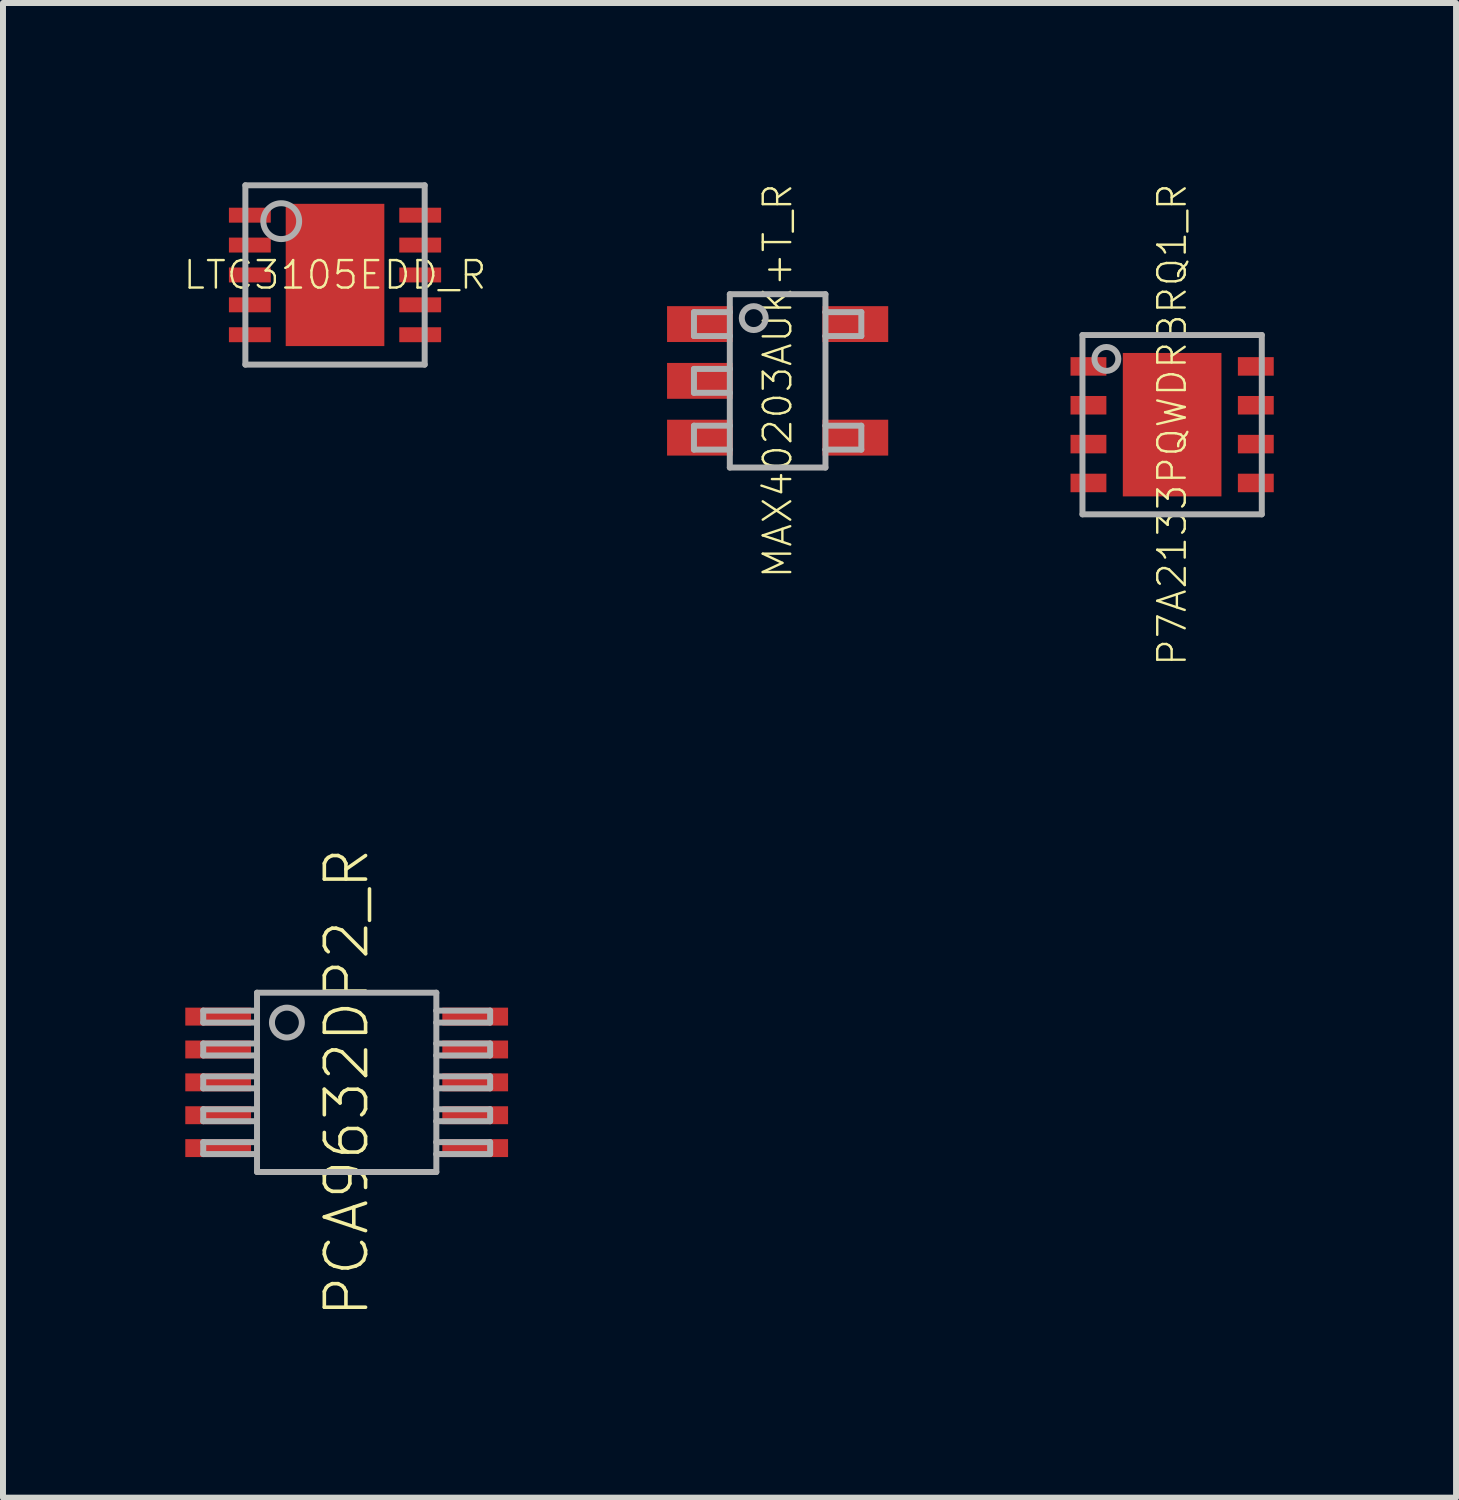
<source format=kicad_pcb>
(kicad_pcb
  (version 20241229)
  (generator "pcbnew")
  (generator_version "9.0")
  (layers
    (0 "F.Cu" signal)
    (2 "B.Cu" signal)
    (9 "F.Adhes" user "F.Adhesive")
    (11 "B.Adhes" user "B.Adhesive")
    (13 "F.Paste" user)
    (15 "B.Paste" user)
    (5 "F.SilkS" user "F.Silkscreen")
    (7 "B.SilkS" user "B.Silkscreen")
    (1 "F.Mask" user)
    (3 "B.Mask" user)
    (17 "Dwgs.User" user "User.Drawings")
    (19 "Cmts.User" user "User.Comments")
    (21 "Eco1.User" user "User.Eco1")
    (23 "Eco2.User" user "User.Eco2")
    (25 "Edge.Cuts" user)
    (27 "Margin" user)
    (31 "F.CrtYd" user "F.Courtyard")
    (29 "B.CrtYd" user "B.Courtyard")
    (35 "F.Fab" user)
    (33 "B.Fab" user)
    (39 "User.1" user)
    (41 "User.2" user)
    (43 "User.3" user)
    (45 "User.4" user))
  (footprint "P7A2133PQWDRBRQ1_R"
    (layer "F.Cu")
    (at 16.56 4.055)
    (property "Reference" "P7A2133PQWDRBRQ1_R" (at 0 0 90) (unlocked yes) (layer "F.SilkS") (effects (font (size 0.46 0.46) (thickness 0.04))))
    (fp_poly (pts (xy -1.75 -0.77) (xy -1.05 -0.77) (xy -1.05 -1.18) (xy -1.75 -1.18)) (stroke (width 0) (type default)) (fill yes) (layer "F.Mask"))
    (fp_poly (pts (xy -1.75 -0.12) (xy -1.05 -0.12) (xy -1.05 -0.53) (xy -1.75 -0.53)) (stroke (width 0) (type default)) (fill yes) (layer "F.Mask"))
    (fp_poly (pts (xy -1.75 0.53) (xy -1.05 0.53) (xy -1.05 0.12) (xy -1.75 0.12)) (stroke (width 0) (type default)) (fill yes) (layer "F.Mask"))
    (fp_poly (pts (xy -1.75 1.18) (xy -1.05 1.18) (xy -1.05 0.77) (xy -1.75 0.77)) (stroke (width 0) (type default)) (fill yes) (layer "F.Mask"))
    (fp_poly (pts (xy -0.875 1.25) (xy 0.875 1.25) (xy 0.875 -1.25) (xy -0.875 -1.25)) (stroke (width 0) (type default)) (fill yes) (layer "F.Mask"))
    (fp_poly (pts (xy 1.05 -0.77) (xy 1.75 -0.77) (xy 1.75 -1.18) (xy 1.05 -1.18)) (stroke (width 0) (type default)) (fill yes) (layer "F.Mask"))
    (fp_poly (pts (xy 1.05 -0.12) (xy 1.75 -0.12) (xy 1.75 -0.53) (xy 1.05 -0.53)) (stroke (width 0) (type default)) (fill yes) (layer "F.Mask"))
    (fp_poly (pts (xy 1.05 0.53) (xy 1.75 0.53) (xy 1.75 0.12) (xy 1.05 0.12)) (stroke (width 0) (type default)) (fill yes) (layer "F.Mask"))
    (fp_poly (pts (xy 1.05 1.18) (xy 1.75 1.18) (xy 1.75 0.77) (xy 1.05 0.77)) (stroke (width 0) (type default)) (fill yes) (layer "F.Mask"))
    (fp_poly (pts (xy -1.1 -0.82) (xy -1.7 -0.82) (xy -1.7 -1.13) (xy -1.1 -1.13)) (stroke (width 0) (type default)) (fill yes) (layer "F.Paste"))
    (fp_poly (pts (xy -1.1 -0.17) (xy -1.7 -0.17) (xy -1.7 -0.48) (xy -1.1 -0.48)) (stroke (width 0) (type default)) (fill yes) (layer "F.Paste"))
    (fp_poly (pts (xy -1.1 0.48) (xy -1.7 0.48) (xy -1.7 0.17) (xy -1.1 0.17)) (stroke (width 0) (type default)) (fill yes) (layer "F.Paste"))
    (fp_poly (pts (xy -1.1 1.13) (xy -1.7 1.13) (xy -1.7 0.82) (xy -1.1 0.82)) (stroke (width 0) (type default)) (fill yes) (layer "F.Paste"))
    (fp_poly (pts (xy 0.805 -0.02) (xy -0.805 -0.02) (xy -0.805 -1.18) (xy 0.805 -1.18)) (stroke (width 0) (type default)) (fill yes) (layer "F.Paste"))
    (fp_poly (pts (xy 0.805 1.18) (xy -0.805 1.18) (xy -0.805 0.02) (xy 0.805 0.02)) (stroke (width 0) (type default)) (fill yes) (layer "F.Paste"))
    (fp_poly (pts (xy 1.7 -0.82) (xy 1.1 -0.82) (xy 1.1 -1.13) (xy 1.7 -1.13)) (stroke (width 0) (type default)) (fill yes) (layer "F.Paste"))
    (fp_poly (pts (xy 1.7 -0.17) (xy 1.1 -0.17) (xy 1.1 -0.48) (xy 1.7 -0.48)) (stroke (width 0) (type default)) (fill yes) (layer "F.Paste"))
    (fp_poly (pts (xy 1.7 0.48) (xy 1.1 0.48) (xy 1.1 0.17) (xy 1.7 0.17)) (stroke (width 0) (type default)) (fill yes) (layer "F.Paste"))
    (fp_poly (pts (xy 1.7 1.13) (xy 1.1 1.13) (xy 1.1 0.82) (xy 1.7 0.82)) (stroke (width 0) (type default)) (fill yes) (layer "F.Paste"))
    (fp_line (start -1.5 -1.5) (end -1.5 1.5) (stroke (width 0.1) (type solid)) (layer "F.Fab"))
    (fp_line (start -1.5 1.5) (end 1.5 1.5) (stroke (width 0.1) (type solid)) (layer "F.Fab"))
    (fp_line (start 1.5 -1.5) (end -1.5 -1.5) (stroke (width 0.1) (type solid)) (layer "F.Fab"))
    (fp_line (start 1.5 1.5) (end 1.5 -1.5) (stroke (width 0.1) (type solid)) (layer "F.Fab"))
    (fp_circle (center -1.1 -1.1) (end -0.9 -1.1) (stroke (width 0.1) (type solid)) (fill no) (layer "F.Fab"))
    (pad "0" smd rect (at 0 0) (size 1.65 2.4) (layers "F.Cu"))
    (pad "1" smd rect (at -1.4 -0.975) (size 0.6 0.31) (layers "F.Cu"))
    (pad "2" smd rect (at -1.4 -0.325) (size 0.6 0.31) (layers "F.Cu"))
    (pad "3" smd rect (at -1.4 0.325) (size 0.6 0.31) (layers "F.Cu"))
    (pad "4" smd rect (at -1.4 0.975) (size 0.6 0.31) (layers "F.Cu"))
    (pad "5" smd rect (at 1.4 0.975) (size 0.6 0.31) (layers "F.Cu"))
    (pad "6" smd rect (at 1.4 0.325) (size 0.6 0.31) (layers "F.Cu"))
    (pad "7" smd rect (at 1.4 -0.325) (size 0.6 0.31) (layers "F.Cu"))
    (pad "8" smd rect (at 1.4 -0.975) (size 0.6 0.31) (layers "F.Cu")))
  (footprint "PCA9632DP2_R"
    (layer "F.Cu")
    (at 2.75 15.058)
    (property "Reference" "PCA9632DP2_R" (at 0 0 90) (unlocked yes) (layer "F.SilkS") (effects (font (size 0.69 0.69) (thickness 0.06))))
    (fp_poly (pts (xy -1.55 -0.9) (xy -1.55 -1.3) (xy -2.75 -1.3) (xy -2.75 -0.9)) (stroke (width 0) (type default)) (fill yes) (layer "F.Mask"))
    (fp_poly (pts (xy -1.55 -0.35) (xy -1.55 -0.75) (xy -2.75 -0.75) (xy -2.75 -0.35)) (stroke (width 0) (type default)) (fill yes) (layer "F.Mask"))
    (fp_poly (pts (xy -1.55 0.2) (xy -1.55 -0.2) (xy -2.75 -0.2) (xy -2.75 0.2)) (stroke (width 0) (type default)) (fill yes) (layer "F.Mask"))
    (fp_poly (pts (xy -1.55 0.75) (xy -1.55 0.35) (xy -2.75 0.35) (xy -2.75 0.75)) (stroke (width 0) (type default)) (fill yes) (layer "F.Mask"))
    (fp_poly (pts (xy -1.55 1.3) (xy -1.55 0.9) (xy -2.75 0.9) (xy -2.75 1.3)) (stroke (width 0) (type default)) (fill yes) (layer "F.Mask"))
    (fp_poly (pts (xy 2.75 -0.9) (xy 2.75 -1.3) (xy 1.55 -1.3) (xy 1.55 -0.9)) (stroke (width 0) (type default)) (fill yes) (layer "F.Mask"))
    (fp_poly (pts (xy 2.75 -0.35) (xy 2.75 -0.75) (xy 1.55 -0.75) (xy 1.55 -0.35)) (stroke (width 0) (type default)) (fill yes) (layer "F.Mask"))
    (fp_poly (pts (xy 2.75 0.2) (xy 2.75 -0.2) (xy 1.55 -0.2) (xy 1.55 0.2)) (stroke (width 0) (type default)) (fill yes) (layer "F.Mask"))
    (fp_poly (pts (xy 2.75 0.75) (xy 2.75 0.35) (xy 1.55 0.35) (xy 1.55 0.75)) (stroke (width 0) (type default)) (fill yes) (layer "F.Mask"))
    (fp_poly (pts (xy 2.75 1.3) (xy 2.75 0.9) (xy 1.55 0.9) (xy 1.55 1.3)) (stroke (width 0) (type default)) (fill yes) (layer "F.Mask"))
    (fp_line (start -2.4 -1.2) (end -2.4 -1) (stroke (width 0.1) (type solid)) (layer "F.Fab"))
    (fp_line (start -2.4 -1) (end -1.5 -1) (stroke (width 0.1) (type solid)) (layer "F.Fab"))
    (fp_line (start -2.4 -0.65) (end -2.4 -0.45) (stroke (width 0.1) (type solid)) (layer "F.Fab"))
    (fp_line (start -2.4 -0.45) (end -1.5 -0.45) (stroke (width 0.1) (type solid)) (layer "F.Fab"))
    (fp_line (start -2.4 -0.1) (end -2.4 0.1) (stroke (width 0.1) (type solid)) (layer "F.Fab"))
    (fp_line (start -2.4 0.1) (end -1.5 0.1) (stroke (width 0.1) (type solid)) (layer "F.Fab"))
    (fp_line (start -2.4 0.45) (end -2.4 0.65) (stroke (width 0.1) (type solid)) (layer "F.Fab"))
    (fp_line (start -2.4 0.65) (end -1.5 0.65) (stroke (width 0.1) (type solid)) (layer "F.Fab"))
    (fp_line (start -2.4 1) (end -2.4 1.2) (stroke (width 0.1) (type solid)) (layer "F.Fab"))
    (fp_line (start -2.4 1.2) (end -1.5 1.2) (stroke (width 0.1) (type solid)) (layer "F.Fab"))
    (fp_line (start -1.5 -1.5) (end -1.5 -1.2) (stroke (width 0.1) (type solid)) (layer "F.Fab"))
    (fp_line (start -1.5 -1.2) (end -2.4 -1.2) (stroke (width 0.1) (type solid)) (layer "F.Fab"))
    (fp_line (start -1.5 -1.2) (end -1.5 -1) (stroke (width 0.1) (type solid)) (layer "F.Fab"))
    (fp_line (start -1.5 -1) (end -1.5 -0.65) (stroke (width 0.1) (type solid)) (layer "F.Fab"))
    (fp_line (start -1.5 -0.65) (end -2.4 -0.65) (stroke (width 0.1) (type solid)) (layer "F.Fab"))
    (fp_line (start -1.5 -0.65) (end -1.5 -0.45) (stroke (width 0.1) (type solid)) (layer "F.Fab"))
    (fp_line (start -1.5 -0.45) (end -1.5 -0.1) (stroke (width 0.1) (type solid)) (layer "F.Fab"))
    (fp_line (start -1.5 -0.1) (end -2.4 -0.1) (stroke (width 0.1) (type solid)) (layer "F.Fab"))
    (fp_line (start -1.5 -0.1) (end -1.5 0.1) (stroke (width 0.1) (type solid)) (layer "F.Fab"))
    (fp_line (start -1.5 0.1) (end -1.5 0.45) (stroke (width 0.1) (type solid)) (layer "F.Fab"))
    (fp_line (start -1.5 0.45) (end -2.4 0.45) (stroke (width 0.1) (type solid)) (layer "F.Fab"))
    (fp_line (start -1.5 0.45) (end -1.5 0.65) (stroke (width 0.1) (type solid)) (layer "F.Fab"))
    (fp_line (start -1.5 0.65) (end -1.5 1) (stroke (width 0.1) (type solid)) (layer "F.Fab"))
    (fp_line (start -1.5 1) (end -2.4 1) (stroke (width 0.1) (type solid)) (layer "F.Fab"))
    (fp_line (start -1.5 1) (end -1.5 1.2) (stroke (width 0.1) (type solid)) (layer "F.Fab"))
    (fp_line (start -1.5 1.2) (end -1.5 1.5) (stroke (width 0.1) (type solid)) (layer "F.Fab"))
    (fp_line (start -1.5 1.5) (end 1.5 1.5) (stroke (width 0.1) (type solid)) (layer "F.Fab"))
    (fp_line (start 1.5 -1.5) (end -1.5 -1.5) (stroke (width 0.1) (type solid)) (layer "F.Fab"))
    (fp_line (start 1.5 -1.2) (end 1.5 -1.5) (stroke (width 0.1) (type solid)) (layer "F.Fab"))
    (fp_line (start 1.5 -1) (end 1.5 -1.2) (stroke (width 0.1) (type solid)) (layer "F.Fab"))
    (fp_line (start 1.5 -1) (end 2.4 -1) (stroke (width 0.1) (type solid)) (layer "F.Fab"))
    (fp_line (start 1.5 -0.65) (end 1.5 -1) (stroke (width 0.1) (type solid)) (layer "F.Fab"))
    (fp_line (start 1.5 -0.45) (end 1.5 -0.65) (stroke (width 0.1) (type solid)) (layer "F.Fab"))
    (fp_line (start 1.5 -0.45) (end 2.4 -0.45) (stroke (width 0.1) (type solid)) (layer "F.Fab"))
    (fp_line (start 1.5 -0.1) (end 1.5 -0.45) (stroke (width 0.1) (type solid)) (layer "F.Fab"))
    (fp_line (start 1.5 0.1) (end 1.5 -0.1) (stroke (width 0.1) (type solid)) (layer "F.Fab"))
    (fp_line (start 1.5 0.1) (end 2.4 0.1) (stroke (width 0.1) (type solid)) (layer "F.Fab"))
    (fp_line (start 1.5 0.45) (end 1.5 0.1) (stroke (width 0.1) (type solid)) (layer "F.Fab"))
    (fp_line (start 1.5 0.65) (end 1.5 0.45) (stroke (width 0.1) (type solid)) (layer "F.Fab"))
    (fp_line (start 1.5 0.65) (end 2.4 0.65) (stroke (width 0.1) (type solid)) (layer "F.Fab"))
    (fp_line (start 1.5 1) (end 1.5 0.65) (stroke (width 0.1) (type solid)) (layer "F.Fab"))
    (fp_line (start 1.5 1.2) (end 1.5 1) (stroke (width 0.1) (type solid)) (layer "F.Fab"))
    (fp_line (start 1.5 1.2) (end 2.4 1.2) (stroke (width 0.1) (type solid)) (layer "F.Fab"))
    (fp_line (start 1.5 1.5) (end 1.5 1.2) (stroke (width 0.1) (type solid)) (layer "F.Fab"))
    (fp_line (start 2.4 -1.2) (end 1.5 -1.2) (stroke (width 0.1) (type solid)) (layer "F.Fab"))
    (fp_line (start 2.4 -1) (end 2.4 -1.2) (stroke (width 0.1) (type solid)) (layer "F.Fab"))
    (fp_line (start 2.4 -0.65) (end 1.5 -0.65) (stroke (width 0.1) (type solid)) (layer "F.Fab"))
    (fp_line (start 2.4 -0.45) (end 2.4 -0.65) (stroke (width 0.1) (type solid)) (layer "F.Fab"))
    (fp_line (start 2.4 -0.1) (end 1.5 -0.1) (stroke (width 0.1) (type solid)) (layer "F.Fab"))
    (fp_line (start 2.4 0.1) (end 2.4 -0.1) (stroke (width 0.1) (type solid)) (layer "F.Fab"))
    (fp_line (start 2.4 0.45) (end 1.5 0.45) (stroke (width 0.1) (type solid)) (layer "F.Fab"))
    (fp_line (start 2.4 0.65) (end 2.4 0.45) (stroke (width 0.1) (type solid)) (layer "F.Fab"))
    (fp_line (start 2.4 1) (end 1.5 1) (stroke (width 0.1) (type solid)) (layer "F.Fab"))
    (fp_line (start 2.4 1.2) (end 2.4 1) (stroke (width 0.1) (type solid)) (layer "F.Fab"))
    (fp_circle (center -1 -1) (end -0.75 -1) (stroke (width 0.1) (type solid)) (fill no) (layer "F.Fab"))
    (pad "1" smd rect (at -2.15 -1.1 180) (size 1.1 0.3) (layers "F.Cu" "F.Paste"))
    (pad "2" smd rect (at -2.15 -0.55 180) (size 1.1 0.3) (layers "F.Cu" "F.Paste"))
    (pad "3" smd rect (at -2.15 0 180) (size 1.1 0.3) (layers "F.Cu" "F.Paste"))
    (pad "4" smd rect (at -2.15 0.55 180) (size 1.1 0.3) (layers "F.Cu" "F.Paste"))
    (pad "5" smd rect (at -2.15 1.1 180) (size 1.1 0.3) (layers "F.Cu" "F.Paste"))
    (pad "6" smd rect (at 2.15 1.1 180) (size 1.1 0.3) (layers "F.Cu" "F.Paste"))
    (pad "7" smd rect (at 2.15 0.55 180) (size 1.1 0.3) (layers "F.Cu" "F.Paste"))
    (pad "8" smd rect (at 2.15 0 180) (size 1.1 0.3) (layers "F.Cu" "F.Paste"))
    (pad "9" smd rect (at 2.15 -0.55 180) (size 1.1 0.3) (layers "F.Cu" "F.Paste"))
    (pad "10" smd rect (at 2.15 -1.1 180) (size 1.1 0.3) (layers "F.Cu" "F.Paste")))
  (footprint "LTC3105EDD_R"
    (layer "F.Cu")
    (at 2.555 1.55)
    (property "Reference" "LTC3105EDD_R" (at 0 0 0) (unlocked yes) (layer "F.SilkS") (effects (font (size 0.46 0.46) (thickness 0.04))))
    (fp_poly (pts (xy -1.825 -1.175) (xy -1.825 -0.825) (xy -1.025 -0.825) (xy -1.025 -1.175)) (stroke (width 0) (type default)) (fill yes) (layer "F.Mask"))
    (fp_poly (pts (xy -1.825 -0.675) (xy -1.825 -0.325) (xy -1.025 -0.325) (xy -1.025 -0.675)) (stroke (width 0) (type default)) (fill yes) (layer "F.Mask"))
    (fp_poly (pts (xy -1.825 -0.175) (xy -1.825 0.175) (xy -1.025 0.175) (xy -1.025 -0.175)) (stroke (width 0) (type default)) (fill yes) (layer "F.Mask"))
    (fp_poly (pts (xy -1.825 0.325) (xy -1.825 0.675) (xy -1.025 0.675) (xy -1.025 0.325)) (stroke (width 0) (type default)) (fill yes) (layer "F.Mask"))
    (fp_poly (pts (xy -1.825 0.825) (xy -1.825 1.175) (xy -1.025 1.175) (xy -1.025 0.825)) (stroke (width 0) (type default)) (fill yes) (layer "F.Mask"))
    (fp_poly (pts (xy -0.88 -1.24) (xy -0.88 1.24) (xy 0.88 1.24) (xy 0.88 -1.24)) (stroke (width 0) (type default)) (fill yes) (layer "F.Mask"))
    (fp_poly (pts (xy 1.025 -1.175) (xy 1.025 -0.825) (xy 1.825 -0.825) (xy 1.825 -1.175)) (stroke (width 0) (type default)) (fill yes) (layer "F.Mask"))
    (fp_poly (pts (xy 1.025 -0.675) (xy 1.025 -0.325) (xy 1.825 -0.325) (xy 1.825 -0.675)) (stroke (width 0) (type default)) (fill yes) (layer "F.Mask"))
    (fp_poly (pts (xy 1.025 -0.175) (xy 1.025 0.175) (xy 1.825 0.175) (xy 1.825 -0.175)) (stroke (width 0) (type default)) (fill yes) (layer "F.Mask"))
    (fp_poly (pts (xy 1.025 0.325) (xy 1.025 0.675) (xy 1.825 0.675) (xy 1.825 0.325)) (stroke (width 0) (type default)) (fill yes) (layer "F.Mask"))
    (fp_poly (pts (xy 1.025 0.825) (xy 1.025 1.175) (xy 1.825 1.175) (xy 1.825 0.825)) (stroke (width 0) (type default)) (fill yes) (layer "F.Mask"))
    (fp_line (start -1.5 -1.5) (end -1.5 1.5) (stroke (width 0.1) (type solid)) (layer "F.Fab"))
    (fp_line (start -1.5 1.5) (end 1.5 1.5) (stroke (width 0.1) (type solid)) (layer "F.Fab"))
    (fp_line (start 1.5 -1.5) (end -1.5 -1.5) (stroke (width 0.1) (type solid)) (layer "F.Fab"))
    (fp_line (start 1.5 1.5) (end 1.5 -1.5) (stroke (width 0.1) (type solid)) (layer "F.Fab"))
    (fp_circle (center -0.9 -0.9) (end -0.6 -0.9) (stroke (width 0.1) (type solid)) (fill no) (layer "F.Fab"))
    (pad "1" smd rect (at -1.425 -1) (size 0.7 0.25) (layers "F.Cu" "F.Paste"))
    (pad "2" smd rect (at -1.425 -0.5) (size 0.7 0.25) (layers "F.Cu" "F.Paste"))
    (pad "3" smd rect (at -1.425 0) (size 0.7 0.25) (layers "F.Cu" "F.Paste"))
    (pad "4" smd rect (at -1.425 0.5) (size 0.7 0.25) (layers "F.Cu" "F.Paste"))
    (pad "5" smd rect (at -1.425 1) (size 0.7 0.25) (layers "F.Cu" "F.Paste"))
    (pad "6" smd rect (at 1.425 1) (size 0.7 0.25) (layers "F.Cu" "F.Paste"))
    (pad "7" smd rect (at 1.425 0.5) (size 0.7 0.25) (layers "F.Cu" "F.Paste"))
    (pad "8" smd rect (at 1.425 0) (size 0.7 0.25) (layers "F.Cu" "F.Paste"))
    (pad "9" smd rect (at 1.425 -0.5) (size 0.7 0.25) (layers "F.Cu" "F.Paste"))
    (pad "10" smd rect (at 1.425 -1) (size 0.7 0.25) (layers "F.Cu" "F.Paste"))
    (pad "11" smd rect (at 0 0) (size 1.65 2.38) (layers "F.Cu" "F.Paste")))
  (footprint "MAX40203AUK+T_R"
    (layer "F.Cu")
    (at 9.96 3.322)
    (property "Reference" "MAX40203AUK+T_R" (at 0 0 90) (unlocked yes) (layer "F.SilkS") (effects (font (size 0.46 0.46) (thickness 0.04))))
    (fp_line (start -1.4 -1.15) (end -1.4 -0.75) (stroke (width 0.1) (type solid)) (layer "F.Fab"))
    (fp_line (start -1.4 -0.75) (end -0.8 -0.75) (stroke (width 0.1) (type solid)) (layer "F.Fab"))
    (fp_line (start -1.4 -0.2) (end -1.4 0.2) (stroke (width 0.1) (type solid)) (layer "F.Fab"))
    (fp_line (start -1.4 0.75) (end -1.4 1.15) (stroke (width 0.1) (type solid)) (layer "F.Fab"))
    (fp_line (start -0.8 -1.45) (end 0.8 -1.45) (stroke (width 0.1) (type solid)) (layer "F.Fab"))
    (fp_line (start -0.8 -1.15) (end -1.4 -1.15) (stroke (width 0.1) (type solid)) (layer "F.Fab"))
    (fp_line (start -0.8 -1.15) (end -0.8 -1.45) (stroke (width 0.1) (type solid)) (layer "F.Fab"))
    (fp_line (start -0.8 -0.75) (end -0.8 -1.15) (stroke (width 0.1) (type solid)) (layer "F.Fab"))
    (fp_line (start -0.8 -0.2) (end -1.4 -0.2) (stroke (width 0.1) (type solid)) (layer "F.Fab"))
    (fp_line (start -0.8 -0.2) (end -0.8 -0.75) (stroke (width 0.1) (type solid)) (layer "F.Fab"))
    (fp_line (start -0.8 0.2) (end -1.4 0.2) (stroke (width 0.1) (type solid)) (layer "F.Fab"))
    (fp_line (start -0.8 0.2) (end -0.8 -0.2) (stroke (width 0.1) (type solid)) (layer "F.Fab"))
    (fp_line (start -0.8 0.75) (end -1.4 0.75) (stroke (width 0.1) (type solid)) (layer "F.Fab"))
    (fp_line (start -0.8 0.75) (end -0.8 0.2) (stroke (width 0.1) (type solid)) (layer "F.Fab"))
    (fp_line (start -0.8 1.15) (end -1.4 1.15) (stroke (width 0.1) (type solid)) (layer "F.Fab"))
    (fp_line (start -0.8 1.15) (end -0.8 0.75) (stroke (width 0.1) (type solid)) (layer "F.Fab"))
    (fp_line (start -0.8 1.45) (end -0.8 1.15) (stroke (width 0.1) (type solid)) (layer "F.Fab"))
    (fp_line (start 0.8 -1.45) (end 0.8 -1.15) (stroke (width 0.1) (type solid)) (layer "F.Fab"))
    (fp_line (start 0.8 -1.15) (end 0.8 -0.75) (stroke (width 0.1) (type solid)) (layer "F.Fab"))
    (fp_line (start 0.8 -0.75) (end 0.8 0.75) (stroke (width 0.1) (type solid)) (layer "F.Fab"))
    (fp_line (start 0.8 0.75) (end 0.8 1.15) (stroke (width 0.1) (type solid)) (layer "F.Fab"))
    (fp_line (start 0.8 1.15) (end 0.8 1.45) (stroke (width 0.1) (type solid)) (layer "F.Fab"))
    (fp_line (start 0.8 1.45) (end -0.8 1.45) (stroke (width 0.1) (type solid)) (layer "F.Fab"))
    (fp_line (start 1.4 -1.15) (end 0.8 -1.15) (stroke (width 0.1) (type solid)) (layer "F.Fab"))
    (fp_line (start 1.4 -1.15) (end 1.4 -0.75) (stroke (width 0.1) (type solid)) (layer "F.Fab"))
    (fp_line (start 1.4 -0.75) (end 0.8 -0.75) (stroke (width 0.1) (type solid)) (layer "F.Fab"))
    (fp_line (start 1.4 0.75) (end 0.8 0.75) (stroke (width 0.1) (type solid)) (layer "F.Fab"))
    (fp_line (start 1.4 0.75) (end 1.4 1.15) (stroke (width 0.1) (type solid)) (layer "F.Fab"))
    (fp_line (start 1.4 1.15) (end 0.8 1.15) (stroke (width 0.1) (type solid)) (layer "F.Fab"))
    (fp_circle (center -0.4 -1.05) (end -0.2 -1.05) (stroke (width 0.1) (type solid)) (fill no) (layer "F.Fab"))
    (pad "1" smd rect (at -1.3 -0.95) (size 1.1 0.6) (layers "F.Cu" "F.Mask" "F.Paste"))
    (pad "2" smd rect (at -1.3 0) (size 1.1 0.6) (layers "F.Cu" "F.Mask" "F.Paste"))
    (pad "3" smd rect (at -1.3 0.95) (size 1.1 0.6) (layers "F.Cu" "F.Mask" "F.Paste"))
    (pad "4" smd rect (at 1.3 0.95) (size 1.1 0.6) (layers "F.Cu" "F.Mask" "F.Paste"))
    (pad "5" smd rect (at 1.3 -0.95) (size 1.1 0.6) (layers "F.Cu" "F.Mask" "F.Paste")))
  (gr_rect
    (start -3 -3)
    (end 21.31 22.006)
    (stroke (width 0.1) (type default))
    (fill no)
    (layer "Edge.Cuts")))
</source>
